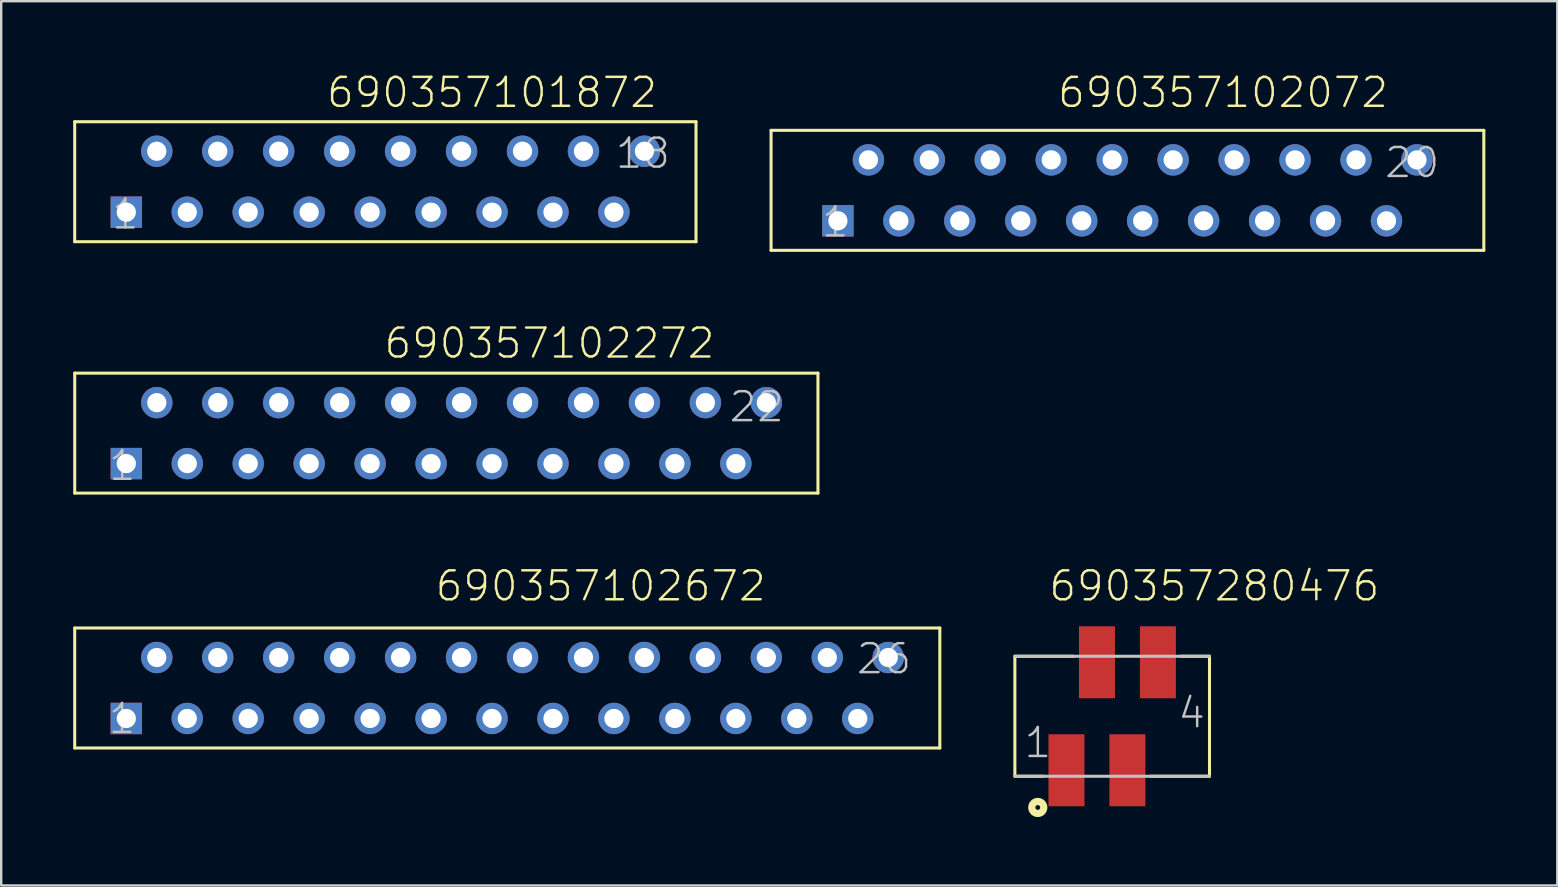
<source format=kicad_pcb>
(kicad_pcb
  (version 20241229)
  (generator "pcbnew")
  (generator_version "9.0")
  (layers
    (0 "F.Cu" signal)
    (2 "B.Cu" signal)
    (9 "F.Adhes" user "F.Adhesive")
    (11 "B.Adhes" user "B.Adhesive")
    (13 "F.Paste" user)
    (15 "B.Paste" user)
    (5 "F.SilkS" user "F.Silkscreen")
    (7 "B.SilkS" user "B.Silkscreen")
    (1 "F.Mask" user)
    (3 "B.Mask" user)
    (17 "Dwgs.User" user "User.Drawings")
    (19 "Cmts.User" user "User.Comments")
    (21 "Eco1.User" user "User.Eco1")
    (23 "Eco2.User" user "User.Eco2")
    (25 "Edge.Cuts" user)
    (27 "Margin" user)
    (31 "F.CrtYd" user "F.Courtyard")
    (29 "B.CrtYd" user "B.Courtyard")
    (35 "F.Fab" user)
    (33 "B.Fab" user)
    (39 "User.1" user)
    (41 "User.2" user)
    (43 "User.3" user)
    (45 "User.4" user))
  (footprint "690357101872"
    (layer "F.Cu")
    (at 13.008 4.522)
    (property "Reference" "690357101872" (at -2.514 -3.011 0) (layer "F.SilkS") (effects (font (size 1.206 1.206) (thickness 0.102)) (justify left bottom)))
    (attr through_hole)
    (fp_line (start -12.945 -2.5) (end -12.945 2.5) (stroke (width 0.127) (type solid)) (layer "F.SilkS"))
    (fp_line (start -12.945 2.5) (end 12.945 2.5) (stroke (width 0.127) (type solid)) (layer "F.SilkS"))
    (fp_line (start 12.945 -2.5) (end -12.945 -2.5) (stroke (width 0.127) (type solid)) (layer "F.SilkS"))
    (fp_line (start 12.945 2.5) (end 12.945 -2.5) (stroke (width 0.127) (type solid)) (layer "F.SilkS"))
    (fp_text user "1" (at -10.195 0.645 0) (layer "Dwgs.User") (effects (font (size 1.206 1.206) (thickness 0.102)) (justify right top)))
    (fp_text user "18" (at 11.945 -1.89 0) (layer "Dwgs.User") (effects (font (size 1.206 1.206) (thickness 0.102)) (justify right top)))
    (pad "1" thru_hole rect (at -10.795 1.27 180) (size 1.308 1.308) (drill 0.8) (layers "*.Cu" "*.Mask"))
    (pad "2" thru_hole circle (at -9.525 -1.27 180) (size 1.308 1.308) (drill 0.8) (layers "*.Cu" "*.Mask"))
    (pad "3" thru_hole circle (at -8.255 1.27 180) (size 1.308 1.308) (drill 0.8) (layers "*.Cu" "*.Mask"))
    (pad "4" thru_hole circle (at -6.985 -1.27 180) (size 1.308 1.308) (drill 0.8) (layers "*.Cu" "*.Mask"))
    (pad "5" thru_hole circle (at -5.715 1.27 180) (size 1.308 1.308) (drill 0.8) (layers "*.Cu" "*.Mask"))
    (pad "6" thru_hole circle (at -4.445 -1.27 180) (size 1.308 1.308) (drill 0.8) (layers "*.Cu" "*.Mask"))
    (pad "7" thru_hole circle (at -3.175 1.27 180) (size 1.308 1.308) (drill 0.8) (layers "*.Cu" "*.Mask"))
    (pad "8" thru_hole circle (at -1.905 -1.27 180) (size 1.308 1.308) (drill 0.8) (layers "*.Cu" "*.Mask"))
    (pad "9" thru_hole circle (at -0.635 1.27 180) (size 1.308 1.308) (drill 0.8) (layers "*.Cu" "*.Mask"))
    (pad "10" thru_hole circle (at 0.635 -1.27 180) (size 1.308 1.308) (drill 0.8) (layers "*.Cu" "*.Mask"))
    (pad "11" thru_hole circle (at 1.905 1.27 180) (size 1.308 1.308) (drill 0.8) (layers "*.Cu" "*.Mask"))
    (pad "12" thru_hole circle (at 3.175 -1.27 180) (size 1.308 1.308) (drill 0.8) (layers "*.Cu" "*.Mask"))
    (pad "13" thru_hole circle (at 4.445 1.27 180) (size 1.308 1.308) (drill 0.8) (layers "*.Cu" "*.Mask"))
    (pad "14" thru_hole circle (at 5.715 -1.27 180) (size 1.308 1.308) (drill 0.8) (layers "*.Cu" "*.Mask"))
    (pad "15" thru_hole circle (at 6.985 1.27 180) (size 1.308 1.308) (drill 0.8) (layers "*.Cu" "*.Mask"))
    (pad "16" thru_hole circle (at 8.255 -1.27 180) (size 1.308 1.308) (drill 0.8) (layers "*.Cu" "*.Mask"))
    (pad "17" thru_hole circle (at 9.525 1.27 180) (size 1.308 1.308) (drill 0.8) (layers "*.Cu" "*.Mask"))
    (pad "18" thru_hole circle (at 10.795 -1.27 180) (size 1.308 1.308) (drill 0.8) (layers "*.Cu" "*.Mask")))
  (footprint "690357102272"
    (layer "F.Cu")
    (at 15.549 14.998)
    (property "Reference" "690357102272" (at -2.659 -3.041 0) (layer "F.SilkS") (effects (font (size 1.206 1.206) (thickness 0.102)) (justify left bottom)))
    (attr through_hole)
    (fp_line (start -15.485 -2.5) (end -15.485 2.5) (stroke (width 0.127) (type solid)) (layer "F.SilkS"))
    (fp_line (start -15.485 2.5) (end 15.485 2.5) (stroke (width 0.127) (type solid)) (layer "F.SilkS"))
    (fp_line (start 15.485 -2.5) (end -15.485 -2.5) (stroke (width 0.127) (type solid)) (layer "F.SilkS"))
    (fp_line (start 15.485 2.5) (end 15.485 -2.5) (stroke (width 0.127) (type solid)) (layer "F.SilkS"))
    (fp_text user "22" (at 14.15 -1.8 0) (layer "Dwgs.User") (effects (font (size 1.206 1.206) (thickness 0.102)) (justify right top)))
    (fp_text user "1" (at -12.865 0.645 0) (layer "Dwgs.User") (effects (font (size 1.206 1.206) (thickness 0.102)) (justify right top)))
    (pad "1" thru_hole rect (at -13.335 1.27 180) (size 1.308 1.308) (drill 0.8) (layers "*.Cu" "*.Mask"))
    (pad "2" thru_hole circle (at -12.065 -1.27 180) (size 1.308 1.308) (drill 0.8) (layers "*.Cu" "*.Mask"))
    (pad "3" thru_hole circle (at -10.795 1.27 180) (size 1.308 1.308) (drill 0.8) (layers "*.Cu" "*.Mask"))
    (pad "4" thru_hole circle (at -9.525 -1.27 180) (size 1.308 1.308) (drill 0.8) (layers "*.Cu" "*.Mask"))
    (pad "5" thru_hole circle (at -8.255 1.27 180) (size 1.308 1.308) (drill 0.8) (layers "*.Cu" "*.Mask"))
    (pad "6" thru_hole circle (at -6.985 -1.27 180) (size 1.308 1.308) (drill 0.8) (layers "*.Cu" "*.Mask"))
    (pad "7" thru_hole circle (at -5.715 1.27 180) (size 1.308 1.308) (drill 0.8) (layers "*.Cu" "*.Mask"))
    (pad "8" thru_hole circle (at -4.445 -1.27 180) (size 1.308 1.308) (drill 0.8) (layers "*.Cu" "*.Mask"))
    (pad "9" thru_hole circle (at -3.175 1.27 180) (size 1.308 1.308) (drill 0.8) (layers "*.Cu" "*.Mask"))
    (pad "10" thru_hole circle (at -1.905 -1.27 180) (size 1.308 1.308) (drill 0.8) (layers "*.Cu" "*.Mask"))
    (pad "11" thru_hole circle (at -0.635 1.27 180) (size 1.308 1.308) (drill 0.8) (layers "*.Cu" "*.Mask"))
    (pad "12" thru_hole circle (at 0.635 -1.27 180) (size 1.308 1.308) (drill 0.8) (layers "*.Cu" "*.Mask"))
    (pad "13" thru_hole circle (at 1.905 1.27 180) (size 1.308 1.308) (drill 0.8) (layers "*.Cu" "*.Mask"))
    (pad "14" thru_hole circle (at 3.175 -1.27 180) (size 1.308 1.308) (drill 0.8) (layers "*.Cu" "*.Mask"))
    (pad "15" thru_hole circle (at 4.445 1.27 180) (size 1.308 1.308) (drill 0.8) (layers "*.Cu" "*.Mask"))
    (pad "16" thru_hole circle (at 5.715 -1.27 180) (size 1.308 1.308) (drill 0.8) (layers "*.Cu" "*.Mask"))
    (pad "17" thru_hole circle (at 6.985 1.27 180) (size 1.308 1.308) (drill 0.8) (layers "*.Cu" "*.Mask"))
    (pad "18" thru_hole circle (at 8.255 -1.27 180) (size 1.308 1.308) (drill 0.8) (layers "*.Cu" "*.Mask"))
    (pad "19" thru_hole circle (at 9.525 1.27 180) (size 1.308 1.308) (drill 0.8) (layers "*.Cu" "*.Mask"))
    (pad "20" thru_hole circle (at 10.795 -1.27 180) (size 1.308 1.308) (drill 0.8) (layers "*.Cu" "*.Mask"))
    (pad "21" thru_hole circle (at 12.065 1.27 180) (size 1.308 1.308) (drill 0.8) (layers "*.Cu" "*.Mask"))
    (pad "22" thru_hole circle (at 13.335 -1.27 180) (size 1.308 1.308) (drill 0.8) (layers "*.Cu" "*.Mask")))
  (footprint "690357102072"
    (layer "F.Cu")
    (at 43.931 4.882)
    (property "Reference" "690357102072" (at -2.974 -3.371 0) (layer "F.SilkS") (effects (font (size 1.206 1.206) (thickness 0.102)) (justify left bottom)))
    (attr through_hole)
    (fp_line (start -14.85 -2.5) (end -14.85 2.5) (stroke (width 0.127) (type solid)) (layer "F.SilkS"))
    (fp_line (start -14.85 2.5) (end 14.85 2.5) (stroke (width 0.127) (type solid)) (layer "F.SilkS"))
    (fp_line (start 14.85 -2.5) (end -14.85 -2.5) (stroke (width 0.127) (type solid)) (layer "F.SilkS"))
    (fp_line (start 14.85 2.5) (end 14.85 -2.5) (stroke (width 0.127) (type solid)) (layer "F.SilkS"))
    (fp_text user "1" (at -11.535 0.615 0) (layer "Dwgs.User") (effects (font (size 1.206 1.206) (thickness 0.102)) (justify right top)))
    (fp_text user "20" (at 13.08 -1.86 0) (layer "Dwgs.User") (effects (font (size 1.206 1.206) (thickness 0.102)) (justify right top)))
    (pad "1" thru_hole rect (at -12.065 1.27 180) (size 1.308 1.308) (drill 0.8) (layers "*.Cu" "*.Mask"))
    (pad "2" thru_hole circle (at -10.795 -1.27 180) (size 1.308 1.308) (drill 0.8) (layers "*.Cu" "*.Mask"))
    (pad "3" thru_hole circle (at -9.525 1.27 180) (size 1.308 1.308) (drill 0.8) (layers "*.Cu" "*.Mask"))
    (pad "4" thru_hole circle (at -8.255 -1.27 180) (size 1.308 1.308) (drill 0.8) (layers "*.Cu" "*.Mask"))
    (pad "5" thru_hole circle (at -6.985 1.27 180) (size 1.308 1.308) (drill 0.8) (layers "*.Cu" "*.Mask"))
    (pad "6" thru_hole circle (at -5.715 -1.27 180) (size 1.308 1.308) (drill 0.8) (layers "*.Cu" "*.Mask"))
    (pad "7" thru_hole circle (at -4.445 1.27 180) (size 1.308 1.308) (drill 0.8) (layers "*.Cu" "*.Mask"))
    (pad "8" thru_hole circle (at -3.175 -1.27 180) (size 1.308 1.308) (drill 0.8) (layers "*.Cu" "*.Mask"))
    (pad "9" thru_hole circle (at -1.905 1.27 180) (size 1.308 1.308) (drill 0.8) (layers "*.Cu" "*.Mask"))
    (pad "10" thru_hole circle (at -0.635 -1.27 180) (size 1.308 1.308) (drill 0.8) (layers "*.Cu" "*.Mask"))
    (pad "11" thru_hole circle (at 0.635 1.27 180) (size 1.308 1.308) (drill 0.8) (layers "*.Cu" "*.Mask"))
    (pad "12" thru_hole circle (at 1.905 -1.27 180) (size 1.308 1.308) (drill 0.8) (layers "*.Cu" "*.Mask"))
    (pad "13" thru_hole circle (at 3.175 1.27 180) (size 1.308 1.308) (drill 0.8) (layers "*.Cu" "*.Mask"))
    (pad "14" thru_hole circle (at 4.445 -1.27 180) (size 1.308 1.308) (drill 0.8) (layers "*.Cu" "*.Mask"))
    (pad "15" thru_hole circle (at 5.715 1.27 180) (size 1.308 1.308) (drill 0.8) (layers "*.Cu" "*.Mask"))
    (pad "16" thru_hole circle (at 6.985 -1.27 180) (size 1.308 1.308) (drill 0.8) (layers "*.Cu" "*.Mask"))
    (pad "17" thru_hole circle (at 8.255 1.27 180) (size 1.308 1.308) (drill 0.8) (layers "*.Cu" "*.Mask"))
    (pad "18" thru_hole circle (at 9.525 -1.27 180) (size 1.308 1.308) (drill 0.8) (layers "*.Cu" "*.Mask"))
    (pad "19" thru_hole circle (at 10.795 1.27 180) (size 1.308 1.308) (drill 0.8) (layers "*.Cu" "*.Mask"))
    (pad "20" thru_hole circle (at 12.065 -1.27 180) (size 1.308 1.308) (drill 0.8) (layers "*.Cu" "*.Mask")))
  (footprint "690357280476"
    (layer "F.Cu")
    (at 43.295 26.797)
    (property "Reference" "690357280476" (at -2.701 -4.724 0) (layer "F.SilkS") (effects (font (size 1.206 1.206) (thickness 0.102)) (justify left bottom)))
    (attr through_hole)
    (fp_line (start -4.055 -2.5) (end -4.055 2.5) (stroke (width 0.127) (type solid)) (layer "F.SilkS"))
    (fp_line (start -2.85 2.5) (end -4.05 2.5) (stroke (width 0.127) (type solid)) (layer "F.SilkS"))
    (fp_line (start -1.6 -2.5) (end -4.05 -2.5) (stroke (width 0.127) (type solid)) (layer "F.SilkS"))
    (fp_line (start 1.6 2.5) (end 4.05 2.5) (stroke (width 0.127) (type solid)) (layer "F.SilkS"))
    (fp_line (start 2.85 -2.5) (end 4.05 -2.5) (stroke (width 0.127) (type solid)) (layer "F.SilkS"))
    (fp_line (start 4.055 2.5) (end 4.055 -2.5) (stroke (width 0.127) (type solid)) (layer "F.SilkS"))
    (fp_circle (center -3.1 3.8) (end -3 3.8) (stroke (width 0.3) (type solid)) (fill no) (layer "F.SilkS"))
    (fp_line (start -4.055 2.5) (end 4.055 2.5) (stroke (width 0.127) (type solid)) (layer "Dwgs.User"))
    (fp_line (start 4.055 -2.5) (end -4.055 -2.5) (stroke (width 0.127) (type solid)) (layer "Dwgs.User"))
    (fp_text user "4" (at 2.67 0.565 0) (layer "Dwgs.User") (effects (font (size 1.206 1.206) (thickness 0.102)) (justify left bottom)))
    (fp_text user "1" (at -3.74 1.805 0) (layer "Dwgs.User") (effects (font (size 1.206 1.206) (thickness 0.102)) (justify left bottom)))
    (pad "1" smd rect (at -1.905 2.25 180) (size 1.5 3) (layers "F.Cu" "F.Mask" "F.Paste"))
    (pad "2" smd rect (at -0.635 -2.25 180) (size 1.5 3) (layers "F.Cu" "F.Mask" "F.Paste"))
    (pad "3" smd rect (at 0.635 2.25 180) (size 1.5 3) (layers "F.Cu" "F.Mask" "F.Paste"))
    (pad "4" smd rect (at 1.905 -2.25 180) (size 1.5 3) (layers "F.Cu" "F.Mask" "F.Paste")))
  (footprint "690357102672"
    (layer "F.Cu")
    (at 18.088 25.619)
    (property "Reference" "690357102672" (at -3.064 -3.546 0) (layer "F.SilkS") (effects (font (size 1.206 1.206) (thickness 0.102)) (justify left bottom)))
    (attr through_hole)
    (fp_line (start -18.025 -2.5) (end -18.025 2.5) (stroke (width 0.127) (type solid)) (layer "F.SilkS"))
    (fp_line (start -18.025 2.5) (end 18.025 2.5) (stroke (width 0.127) (type solid)) (layer "F.SilkS"))
    (fp_line (start 18.025 -2.5) (end -18.025 -2.5) (stroke (width 0.127) (type solid)) (layer "F.SilkS"))
    (fp_line (start 18.025 2.5) (end 18.025 -2.5) (stroke (width 0.127) (type solid)) (layer "F.SilkS"))
    (fp_text user "26" (at 16.915 -1.92 0) (layer "Dwgs.User") (effects (font (size 1.206 1.206) (thickness 0.102)) (justify right top)))
    (fp_text user "1" (at -15.41 0.57 0) (layer "Dwgs.User") (effects (font (size 1.206 1.206) (thickness 0.102)) (justify right top)))
    (pad "1" thru_hole rect (at -15.875 1.27 180) (size 1.308 1.308) (drill 0.8) (layers "*.Cu" "*.Mask"))
    (pad "2" thru_hole circle (at -14.605 -1.27 180) (size 1.308 1.308) (drill 0.8) (layers "*.Cu" "*.Mask"))
    (pad "3" thru_hole circle (at -13.335 1.27 180) (size 1.308 1.308) (drill 0.8) (layers "*.Cu" "*.Mask"))
    (pad "4" thru_hole circle (at -12.065 -1.27 180) (size 1.308 1.308) (drill 0.8) (layers "*.Cu" "*.Mask"))
    (pad "5" thru_hole circle (at -10.795 1.27 180) (size 1.308 1.308) (drill 0.8) (layers "*.Cu" "*.Mask"))
    (pad "6" thru_hole circle (at -9.525 -1.27 180) (size 1.308 1.308) (drill 0.8) (layers "*.Cu" "*.Mask"))
    (pad "7" thru_hole circle (at -8.255 1.27 180) (size 1.308 1.308) (drill 0.8) (layers "*.Cu" "*.Mask"))
    (pad "8" thru_hole circle (at -6.985 -1.27 180) (size 1.308 1.308) (drill 0.8) (layers "*.Cu" "*.Mask"))
    (pad "9" thru_hole circle (at -5.715 1.27 180) (size 1.308 1.308) (drill 0.8) (layers "*.Cu" "*.Mask"))
    (pad "10" thru_hole circle (at -4.445 -1.27 180) (size 1.308 1.308) (drill 0.8) (layers "*.Cu" "*.Mask"))
    (pad "11" thru_hole circle (at -3.175 1.27 180) (size 1.308 1.308) (drill 0.8) (layers "*.Cu" "*.Mask"))
    (pad "12" thru_hole circle (at -1.905 -1.27 180) (size 1.308 1.308) (drill 0.8) (layers "*.Cu" "*.Mask"))
    (pad "13" thru_hole circle (at -0.635 1.27 180) (size 1.308 1.308) (drill 0.8) (layers "*.Cu" "*.Mask"))
    (pad "14" thru_hole circle (at 0.635 -1.27 180) (size 1.308 1.308) (drill 0.8) (layers "*.Cu" "*.Mask"))
    (pad "15" thru_hole circle (at 1.905 1.27 180) (size 1.308 1.308) (drill 0.8) (layers "*.Cu" "*.Mask"))
    (pad "16" thru_hole circle (at 3.175 -1.27 180) (size 1.308 1.308) (drill 0.8) (layers "*.Cu" "*.Mask"))
    (pad "17" thru_hole circle (at 4.445 1.27 180) (size 1.308 1.308) (drill 0.8) (layers "*.Cu" "*.Mask"))
    (pad "18" thru_hole circle (at 5.715 -1.27 180) (size 1.308 1.308) (drill 0.8) (layers "*.Cu" "*.Mask"))
    (pad "19" thru_hole circle (at 6.985 1.27 180) (size 1.308 1.308) (drill 0.8) (layers "*.Cu" "*.Mask"))
    (pad "20" thru_hole circle (at 8.255 -1.27 180) (size 1.308 1.308) (drill 0.8) (layers "*.Cu" "*.Mask"))
    (pad "21" thru_hole circle (at 9.525 1.27 180) (size 1.308 1.308) (drill 0.8) (layers "*.Cu" "*.Mask"))
    (pad "22" thru_hole circle (at 10.795 -1.27 180) (size 1.308 1.308) (drill 0.8) (layers "*.Cu" "*.Mask"))
    (pad "23" thru_hole circle (at 12.065 1.27 180) (size 1.308 1.308) (drill 0.8) (layers "*.Cu" "*.Mask"))
    (pad "24" thru_hole circle (at 13.335 -1.27 180) (size 1.308 1.308) (drill 0.8) (layers "*.Cu" "*.Mask"))
    (pad "25" thru_hole circle (at 14.605 1.27 180) (size 1.308 1.308) (drill 0.8) (layers "*.Cu" "*.Mask"))
    (pad "26" thru_hole circle (at 15.875 -1.27 180) (size 1.308 1.308) (drill 0.8) (layers "*.Cu" "*.Mask")))
  (gr_rect
    (start -3 -3)
    (end 61.844 33.847)
    (stroke (width 0.1) (type default))
    (fill no)
    (layer "Edge.Cuts")))
</source>
